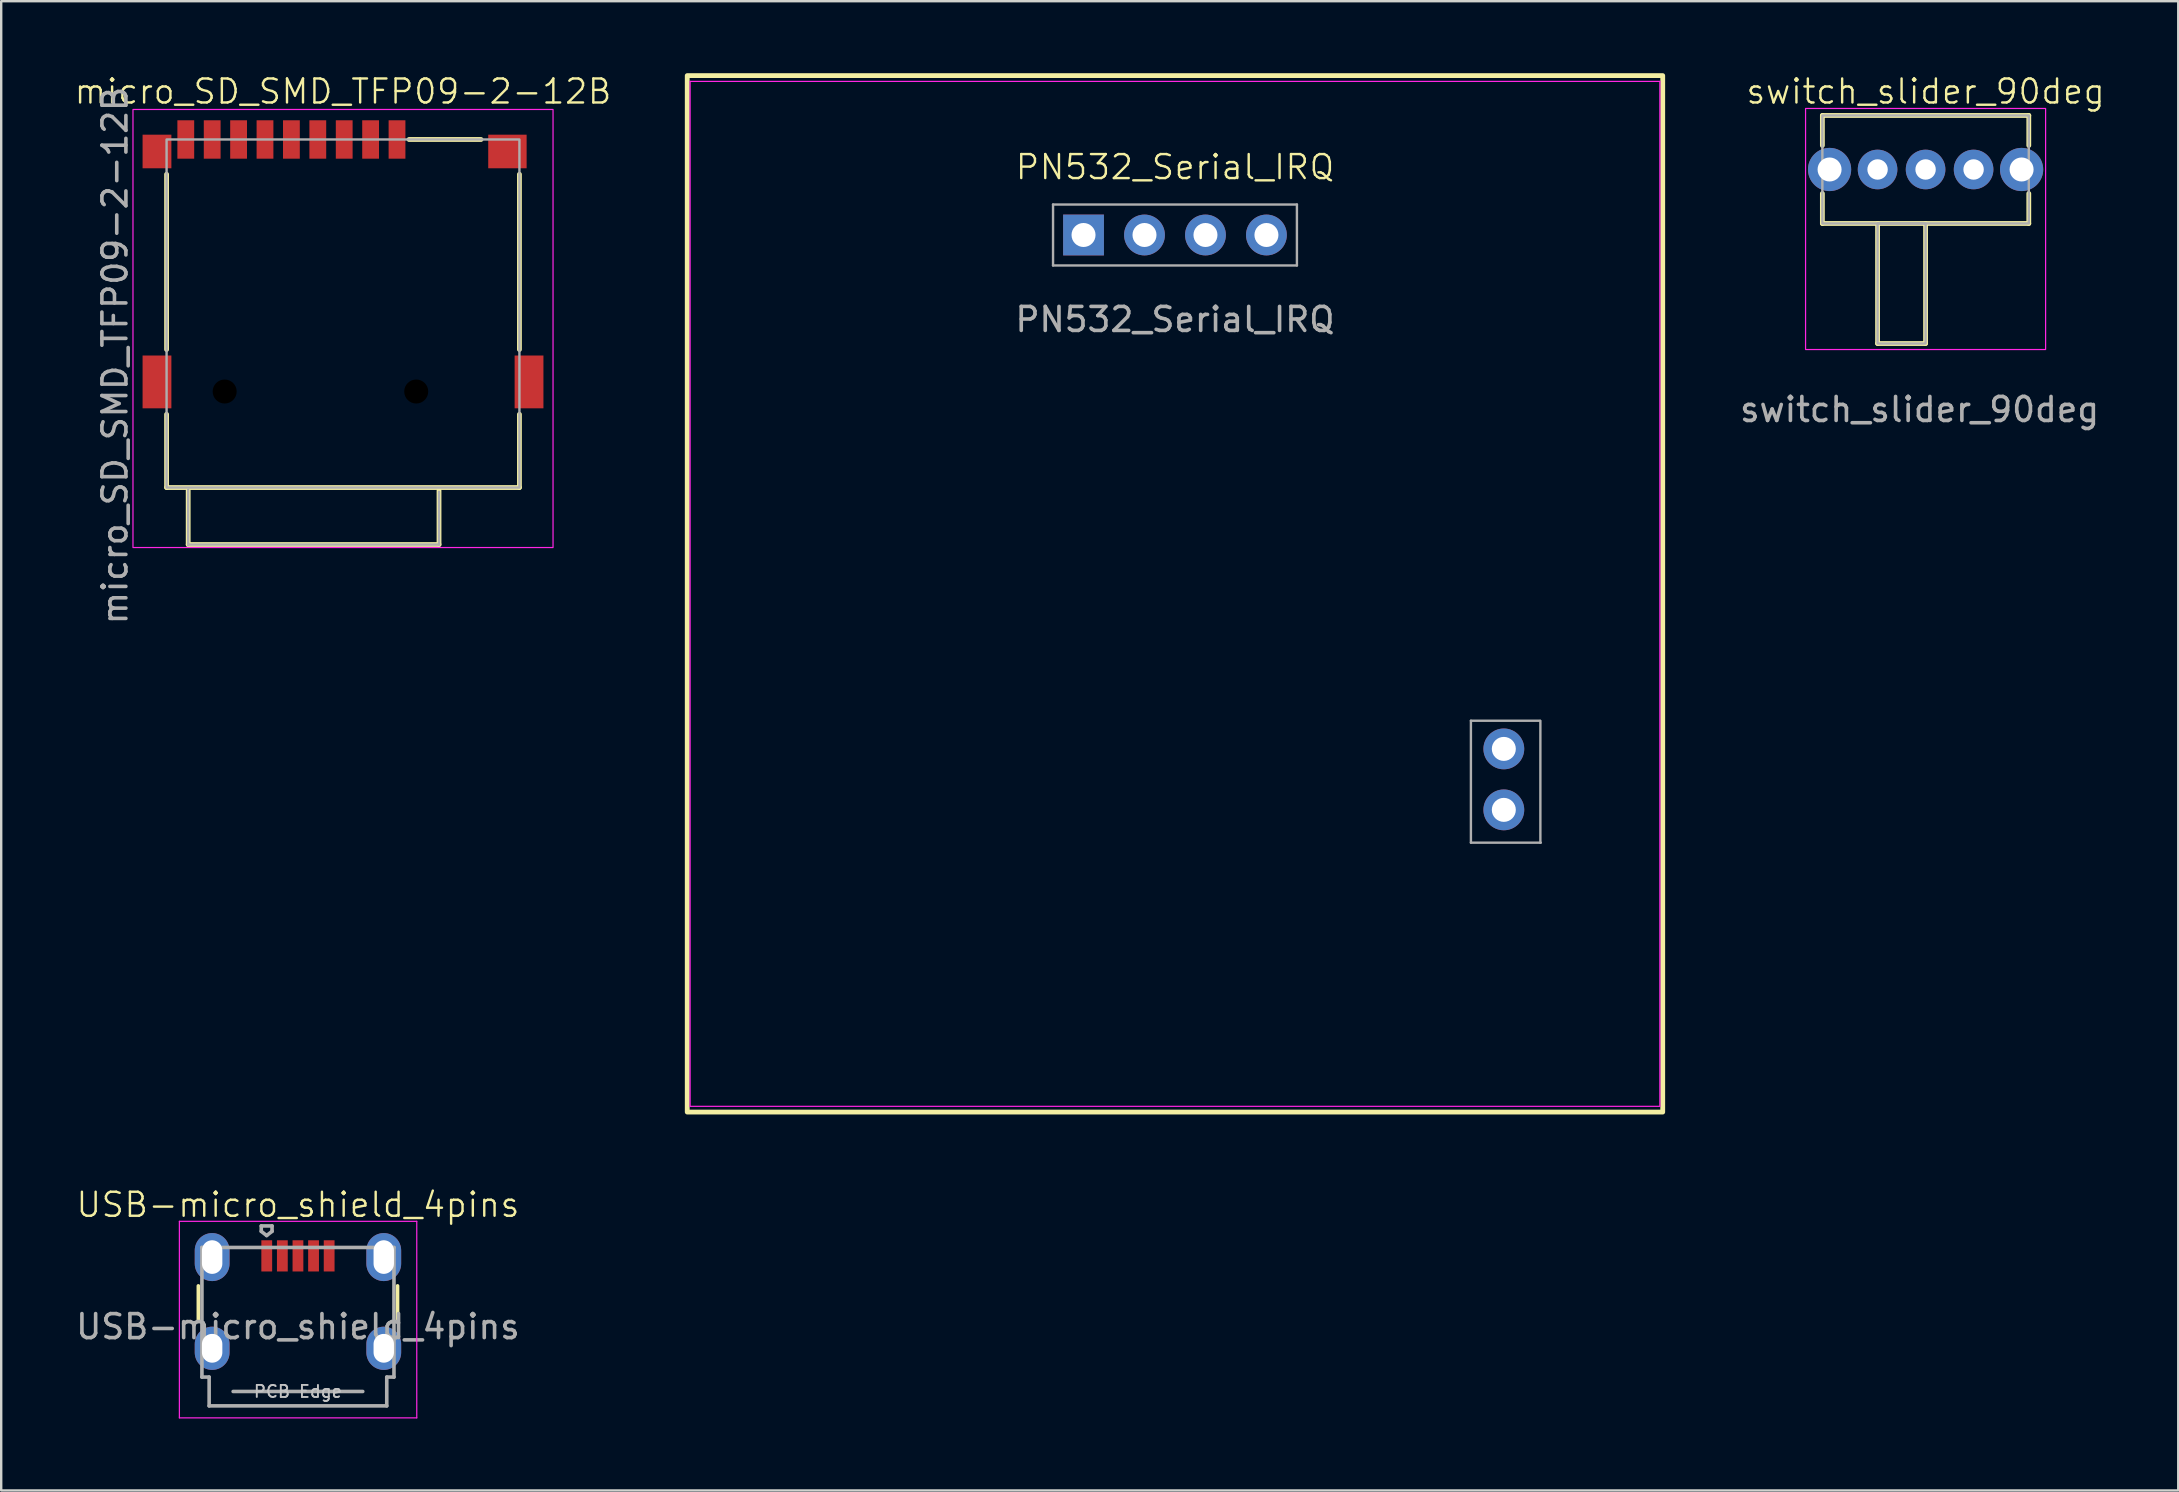
<source format=kicad_pcb>
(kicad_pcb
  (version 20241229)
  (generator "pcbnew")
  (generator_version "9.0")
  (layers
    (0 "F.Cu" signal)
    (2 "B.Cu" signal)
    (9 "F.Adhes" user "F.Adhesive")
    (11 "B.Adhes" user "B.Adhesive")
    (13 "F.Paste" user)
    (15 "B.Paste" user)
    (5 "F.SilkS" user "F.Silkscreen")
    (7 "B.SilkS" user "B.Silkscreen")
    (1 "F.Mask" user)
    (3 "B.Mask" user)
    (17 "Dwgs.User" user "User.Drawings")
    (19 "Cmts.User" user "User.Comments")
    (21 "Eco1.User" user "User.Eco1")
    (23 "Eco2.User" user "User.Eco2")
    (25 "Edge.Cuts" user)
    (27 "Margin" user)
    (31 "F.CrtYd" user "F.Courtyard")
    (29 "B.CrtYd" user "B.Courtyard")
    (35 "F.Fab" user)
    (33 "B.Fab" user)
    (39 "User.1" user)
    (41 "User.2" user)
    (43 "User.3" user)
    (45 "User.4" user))
  (footprint "switch_slider_90deg"
    (layer "F.Cu")
    (at 77.172 4.011)
    (property "Reference" "switch_slider_90deg" (at 0 -3.25 0) (unlocked yes) (layer "F.SilkS") (effects (font (size 1 1) (thickness 0.1))))
    (attr through_hole)
    (fp_line (start -4.3 -2.25) (end -4.3 -1) (stroke (width 0.2) (type default)) (layer "F.SilkS"))
    (fp_line (start -4.3 -2.25) (end 4.3 -2.25) (stroke (width 0.2) (type default)) (layer "F.SilkS"))
    (fp_line (start -4.3 2.25) (end -4.3 1) (stroke (width 0.2) (type default)) (layer "F.SilkS"))
    (fp_line (start -4.3 2.25) (end 4.3 2.25) (stroke (width 0.2) (type default)) (layer "F.SilkS"))
    (fp_line (start -2 2.25) (end -2 7.25) (stroke (width 0.2) (type default)) (layer "F.SilkS"))
    (fp_line (start -2 7.25) (end 0 7.25) (stroke (width 0.2) (type default)) (layer "F.SilkS"))
    (fp_line (start 0 7.25) (end 0 2.25) (stroke (width 0.2) (type default)) (layer "F.SilkS"))
    (fp_line (start 4.3 -2.25) (end 4.3 -1) (stroke (width 0.2) (type default)) (layer "F.SilkS"))
    (fp_line (start 4.3 2.25) (end 4.3 1) (stroke (width 0.2) (type default)) (layer "F.SilkS"))
    (fp_rect (start -5 -2.542) (end 5 7.5) (stroke (width 0.05) (type default)) (fill no) (layer "F.CrtYd"))
    (fp_rect (start -4.3 -2.25) (end 4.3 2.25) (stroke (width 0.1) (type default)) (fill no) (layer "F.Fab"))
    (fp_rect (start -2 2.25) (end 0 7.25) (stroke (width 0.1) (type default)) (fill no) (layer "F.Fab"))
    (fp_text user "${REFERENCE}" (at -0.25 10 0) (unlocked yes) (layer "F.Fab") (effects (font (size 1 1) (thickness 0.15))))
    (pad "1" thru_hole circle (at -2 0) (size 1.65 1.65) (drill 0.85) (layers "*.Cu" "*.Mask"))
    (pad "2" thru_hole circle (at 0 0) (size 1.65 1.65) (drill 0.85) (layers "*.Cu" "*.Mask"))
    (pad "3" thru_hole circle (at 2 0) (size 1.65 1.65) (drill 0.85) (layers "*.Cu" "*.Mask"))
    (pad "4" thru_hole circle (at -4 0) (size 1.8 1.8) (drill 1) (layers "*.Cu" "*.Mask"))
    (pad "5" thru_hole circle (at 4 0) (size 1.8 1.8) (drill 1) (layers "*.Cu" "*.Mask")))
  (footprint "USB-micro_shield_4pins"
    (layer "F.Cu")
    (at 9.363 54.761)
    (property "Reference" "USB-micro_shield_4pins" (at 0 -7.62 0) (unlocked yes) (layer "F.SilkS") (effects (font (size 1 1) (thickness 0.1))))
    (attr smd)
    (fp_line (start -4.15 -4.24) (end -4.15 -2.84) (stroke (width 0.15) (type solid)) (layer "F.SilkS"))
    (fp_line (start 4.15 -2.84) (end 4.15 -4.24) (stroke (width 0.15) (type solid)) (layer "F.SilkS"))
    (fp_line (start -4.94 -6.93) (end -4.94 1.26) (stroke (width 0.05) (type solid)) (layer "F.CrtYd"))
    (fp_line (start -4.94 1.26) (end 4.95 1.26) (stroke (width 0.05) (type solid)) (layer "F.CrtYd"))
    (fp_line (start 4.95 -6.93) (end -4.94 -6.93) (stroke (width 0.05) (type solid)) (layer "F.CrtYd"))
    (fp_line (start 4.95 1.26) (end 4.95 -6.93) (stroke (width 0.05) (type solid)) (layer "F.CrtYd"))
    (fp_line (start -4 -5.84) (end -4 -0.44) (stroke (width 0.15) (type solid)) (layer "F.Fab"))
    (fp_line (start -4 -0.44) (end -3.7 -0.44) (stroke (width 0.15) (type solid)) (layer "F.Fab"))
    (fp_line (start -3.7 -0.44) (end -3.7 0.76) (stroke (width 0.15) (type solid)) (layer "F.Fab"))
    (fp_line (start -3.7 0.76) (end 3.7 0.76) (stroke (width 0.15) (type solid)) (layer "F.Fab"))
    (fp_line (start -2.7 0.16) (end 2.7 0.16) (stroke (width 0.15) (type solid)) (layer "F.Fab"))
    (fp_line (start -1.529 -6.737) (end -1.079 -6.737) (stroke (width 0.15) (type solid)) (layer "F.Fab"))
    (fp_line (start -1.529 -6.512) (end -1.529 -6.737) (stroke (width 0.15) (type solid)) (layer "F.Fab"))
    (fp_line (start -1.304 -6.337) (end -1.529 -6.512) (stroke (width 0.15) (type solid)) (layer "F.Fab"))
    (fp_line (start -1.079 -6.737) (end -1.079 -6.512) (stroke (width 0.15) (type solid)) (layer "F.Fab"))
    (fp_line (start -1.079 -6.512) (end -1.304 -6.337) (stroke (width 0.15) (type solid)) (layer "F.Fab"))
    (fp_line (start 3.7 -0.44) (end 4 -0.44) (stroke (width 0.15) (type solid)) (layer "F.Fab"))
    (fp_line (start 3.7 0.76) (end 3.7 -0.44) (stroke (width 0.15) (type solid)) (layer "F.Fab"))
    (fp_line (start 4 -5.84) (end -4 -5.84) (stroke (width 0.15) (type solid)) (layer "F.Fab"))
    (fp_line (start 4 -0.44) (end 4 -5.84) (stroke (width 0.15) (type solid)) (layer "F.Fab"))
    (fp_text user "PCB Edge" (at 0 0.16 0) (layer "Dwgs.User") (effects (font (size 0.5 0.5) (thickness 0.08))))
    (fp_text user "${REFERENCE}" (at 0 -2.54 0) (layer "F.Fab") (effects (font (size 1 1) (thickness 0.15))))
    (pad "1" smd rect (at -1.3 -5.49) (size 0.45 1.3) (layers "F.Cu" "F.Mask" "F.Paste"))
    (pad "2" smd rect (at -0.65 -5.49) (size 0.45 1.3) (layers "F.Cu" "F.Mask" "F.Paste"))
    (pad "3" smd rect (at 0 -5.49) (size 0.45 1.3) (layers "F.Cu" "F.Mask" "F.Paste"))
    (pad "4" smd rect (at 0.65 -5.49) (size 0.45 1.3) (layers "F.Cu" "F.Mask" "F.Paste"))
    (pad "5" smd rect (at 1.3 -5.49) (size 0.45 1.3) (layers "F.Cu" "F.Mask" "F.Paste"))
    (pad "6" thru_hole oval (at -3.575 -5.44) (size 1.45 2) (drill oval 0.85 1.4) (layers "*.Cu" "*.Mask"))
    (pad "6" thru_hole oval (at -3.575 -1.64) (size 1.45 1.8) (drill oval 0.85 1.2) (layers "*.Cu" "*.Mask"))
    (pad "6" thru_hole oval (at 3.575 -5.44) (size 1.45 2) (drill oval 0.85 1.4) (layers "*.Cu" "*.Mask"))
    (pad "6" thru_hole oval (at 3.575 -1.64) (size 1.45 1.8) (drill oval 0.85 1.2) (layers "*.Cu" "*.Mask")))
  (footprint "PN532_Serial_IRQ"
    (layer "F.Cu")
    (at 45.901 21.69)
    (property "Reference" "PN532_Serial_IRQ" (at 0 -17.78 0) (unlocked yes) (layer "F.SilkS") (effects (font (size 1 1) (thickness 0.1))))
    (attr through_hole exclude_from_pos_files)
    (fp_rect (start -20.32 -21.59) (end 20.32 21.59) (stroke (width 0.2) (type default)) (fill no) (layer "F.SilkS"))
    (fp_line (start -20.2 -21.35) (end -20.2 21.35) (stroke (width 0.05) (type solid)) (layer "F.CrtYd"))
    (fp_line (start -20.2 21.35) (end 20.2 21.35) (stroke (width 0.05) (type solid)) (layer "F.CrtYd"))
    (fp_line (start 20.2 -21.35) (end -20.2 -21.35) (stroke (width 0.05) (type solid)) (layer "F.CrtYd"))
    (fp_line (start 20.2 21.35) (end 20.2 -21.35) (stroke (width 0.05) (type solid)) (layer "F.CrtYd"))
    (fp_line (start -5.08 -16.22) (end 5.08 -16.22) (stroke (width 0.1) (type solid)) (layer "F.Fab"))
    (fp_line (start -5.08 -13.68) (end -5.08 -16.22) (stroke (width 0.1) (type solid)) (layer "F.Fab"))
    (fp_line (start 5.08 -16.22) (end 5.08 -13.68) (stroke (width 0.1) (type solid)) (layer "F.Fab"))
    (fp_line (start 5.08 -13.68) (end -5.08 -13.68) (stroke (width 0.1) (type solid)) (layer "F.Fab"))
    (fp_line (start 12.329 5.286) (end 15.207 5.286) (stroke (width 0.1) (type solid)) (layer "F.Fab"))
    (fp_line (start 12.329 10.366) (end 12.329 5.286) (stroke (width 0.1) (type solid)) (layer "F.Fab"))
    (fp_line (start 15.223 10.373) (end 15.223 5.293) (stroke (width 0.1) (type solid)) (layer "F.Fab"))
    (fp_line (start 15.24 10.366) (end 12.329 10.366) (stroke (width 0.1) (type solid)) (layer "F.Fab"))
    (fp_text user "${REFERENCE}" (at 0 -11.43 0) (unlocked yes) (layer "F.Fab") (effects (font (size 1 1) (thickness 0.15))))
    (pad "1" thru_hole rect (at -3.81 -14.95 90) (size 1.7 1.7) (drill 1) (layers "*.Cu" "*.Mask"))
    (pad "2" thru_hole oval (at -1.27 -14.95 90) (size 1.7 1.7) (drill 1) (layers "*.Cu" "*.Mask"))
    (pad "3" thru_hole oval (at 1.27 -14.95 90) (size 1.7 1.7) (drill 1) (layers "*.Cu" "*.Mask"))
    (pad "4" thru_hole oval (at 3.81 -14.95 90) (size 1.7 1.7) (drill 1) (layers "*.Cu" "*.Mask"))
    (pad "5" thru_hole oval (at 13.7 6.46 180) (size 1.7 1.7) (drill 1) (layers "*.Cu" "*.Mask"))
    (pad "6" thru_hole oval (at 13.7 9 180) (size 1.7 1.7) (drill 1) (layers "*.Cu" "*.Mask")))
  (footprint "micro_SD_SMD_TFP09-2-12B"
    (layer "F.Cu")
    (at 11.24 13.261)
    (property "Reference" "micro_SD_SMD_TFP09-2-12B" (at 0 -12.5 0) (unlocked yes) (layer "F.SilkS") (effects (font (size 1 1) (thickness 0.1))))
    (attr smd)
    (fp_line (start -7.35 -1.75) (end -7.35 -9.05) (stroke (width 0.2) (type default)) (layer "F.SilkS"))
    (fp_line (start -7.35 4) (end -7.35 0.95) (stroke (width 0.2) (type default)) (layer "F.SilkS"))
    (fp_line (start -6.45 6.375) (end -6.45 4.125) (stroke (width 0.2) (type default)) (layer "F.SilkS"))
    (fp_line (start 4 4.125) (end 4 6.375) (stroke (width 0.2) (type default)) (layer "F.SilkS"))
    (fp_line (start 4 6.375) (end -6.45 6.375) (stroke (width 0.2) (type default)) (layer "F.SilkS"))
    (fp_line (start 5.75 -10.5) (end 2.75 -10.5) (stroke (width 0.2) (type default)) (layer "F.SilkS"))
    (fp_line (start 7.35 -9.05) (end 7.35 -1.75) (stroke (width 0.2) (type default)) (layer "F.SilkS"))
    (fp_line (start 7.35 0.95) (end 7.35 4) (stroke (width 0.2) (type default)) (layer "F.SilkS"))
    (fp_line (start 7.35 4) (end -7.35 4) (stroke (width 0.2) (type default)) (layer "F.SilkS"))
    (fp_rect (start -8.75 -11.75) (end 8.75 6.5) (stroke (width 0.05) (type default)) (fill no) (layer "F.CrtYd"))
    (fp_line (start -6.45 4.1) (end -6.45 6.4) (stroke (width 0.1) (type default)) (layer "F.Fab"))
    (fp_line (start -6.45 6.375) (end 4 6.375) (stroke (width 0.1) (type default)) (layer "F.Fab"))
    (fp_line (start 4 6.375) (end 4 4.175) (stroke (width 0.1) (type default)) (layer "F.Fab"))
    (fp_rect (start -7.35 -10.5) (end 7.35 4) (stroke (width 0.1) (type default)) (fill no) (layer "F.Fab"))
    (fp_text user "${REFERENCE}" (at -9.5 -1.5 90) (unlocked yes) (layer "F.Fab") (effects (font (size 1 1) (thickness 0.15))))
    (pad "" np_thru_hole circle (at -4.93 0) (size 1.1 1.1) (drill 1) (layers "*.Mask"))
    (pad "" np_thru_hole circle (at 3.05 0) (size 1.1 1.1) (drill 1) (layers "*.Mask"))
    (pad "1" smd rect (at 2.25 -10.5) (size 0.7 1.6) (layers "F.Cu" "F.Mask" "F.Paste"))
    (pad "2" smd rect (at 1.15 -10.5) (size 0.7 1.6) (layers "F.Cu" "F.Mask" "F.Paste"))
    (pad "3" smd rect (at 0.05 -10.5) (size 0.7 1.6) (layers "F.Cu" "F.Mask" "F.Paste"))
    (pad "4" smd rect (at -1.05 -10.5) (size 0.7 1.6) (layers "F.Cu" "F.Mask" "F.Paste"))
    (pad "5" smd rect (at -2.15 -10.5) (size 0.7 1.6) (layers "F.Cu" "F.Mask" "F.Paste"))
    (pad "6" smd rect (at -3.25 -10.5) (size 0.7 1.6) (layers "F.Cu" "F.Mask" "F.Paste"))
    (pad "7" smd rect (at -4.35 -10.5) (size 0.7 1.6) (layers "F.Cu" "F.Mask" "F.Paste"))
    (pad "8" smd rect (at -5.45 -10.5) (size 0.7 1.6) (layers "F.Cu" "F.Mask" "F.Paste"))
    (pad "9" smd rect (at -6.55 -10.5) (size 0.7 1.6) (layers "F.Cu" "F.Mask" "F.Paste"))
    (pad "10" smd rect (at -7.75 -10) (size 1.2 1.4) (layers "F.Cu" "F.Mask" "F.Paste"))
    (pad "11" smd rect (at -7.75 -0.4) (size 1.2 2.2) (layers "F.Cu" "F.Mask" "F.Paste"))
    (pad "12" smd rect (at 7.75 -0.4) (size 1.2 2.2) (layers "F.Cu" "F.Mask" "F.Paste"))
    (pad "13" smd rect (at 6.85 -10) (size 1.6 1.4) (layers "F.Cu" "F.Mask" "F.Paste")))
  (gr_rect
    (start -3 -3)
    (end 87.698 59.045)
    (stroke (width 0.1) (type default))
    (fill no)
    (layer "Edge.Cuts")))
</source>
